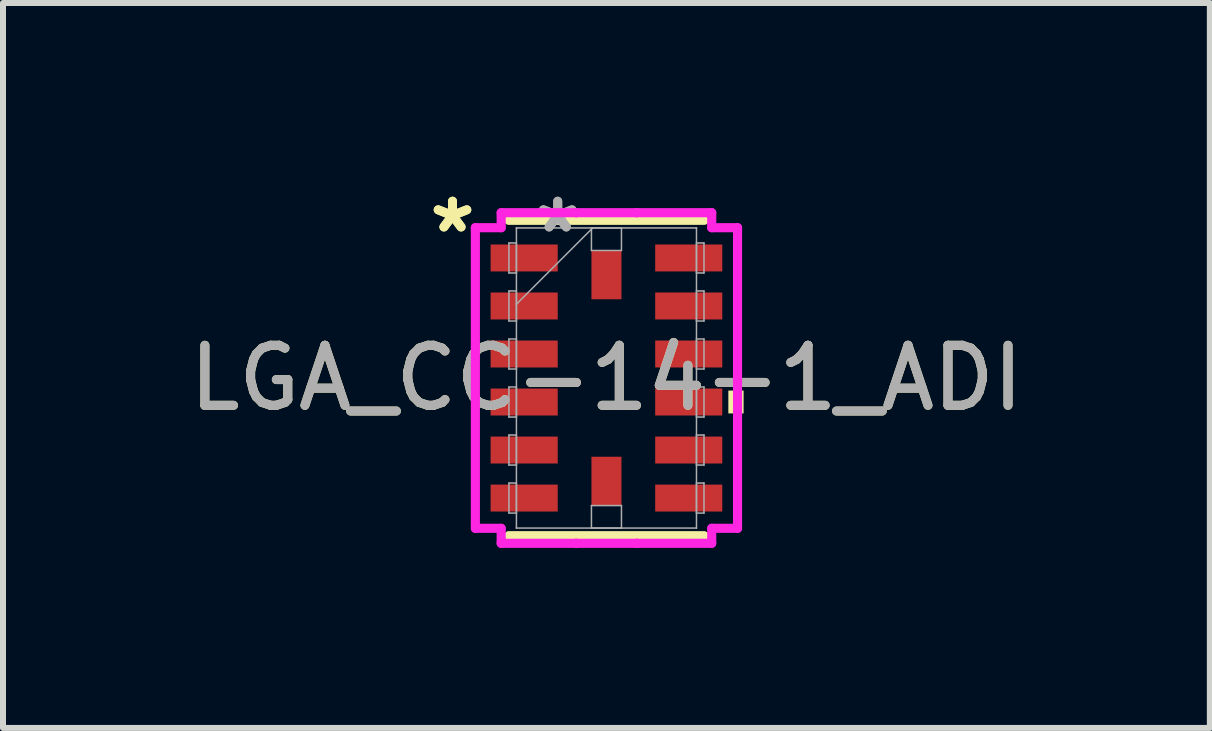
<source format=kicad_pcb>
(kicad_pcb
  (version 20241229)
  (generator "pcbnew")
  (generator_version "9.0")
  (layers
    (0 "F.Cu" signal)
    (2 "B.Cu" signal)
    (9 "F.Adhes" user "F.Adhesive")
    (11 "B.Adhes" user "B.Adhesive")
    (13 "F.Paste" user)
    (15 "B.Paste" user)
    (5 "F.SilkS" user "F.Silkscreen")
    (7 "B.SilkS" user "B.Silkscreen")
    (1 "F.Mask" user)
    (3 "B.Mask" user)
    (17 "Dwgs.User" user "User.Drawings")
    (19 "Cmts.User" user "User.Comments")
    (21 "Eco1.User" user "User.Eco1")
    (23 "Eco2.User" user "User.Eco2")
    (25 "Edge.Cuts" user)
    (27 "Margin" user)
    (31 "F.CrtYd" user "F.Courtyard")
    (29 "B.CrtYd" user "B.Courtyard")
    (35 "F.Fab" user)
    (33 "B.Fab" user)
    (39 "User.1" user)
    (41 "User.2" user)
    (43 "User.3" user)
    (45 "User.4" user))
  (footprint "LGA_CC-14-1_ADI"
    (layer "F.Cu")
    (at 7.054 3.248)
    (property "Reference" "LGA_CC-14-1_ADI" (at 0 0 0) (unlocked yes) (layer "F.SilkS") (effects (font (size 1 1) (thickness 0.15))))
    (attr smd)
    (fp_line (start -1.627 2.627) (end 1.627 2.627) (stroke (width 0.152) (type solid)) (layer "F.SilkS"))
    (fp_line (start 1.627 -2.627) (end -1.627 -2.627) (stroke (width 0.152) (type solid)) (layer "F.SilkS"))
    (fp_poly (pts (xy 2.285 0.209) (xy 2.285 0.59) (xy 2.031 0.59) (xy 2.031 0.209)) (stroke (width 0) (type solid)) (fill yes) (layer "F.SilkS"))
    (fp_line (start -2.184 -2.504) (end -1.754 -2.504) (stroke (width 0.152) (type solid)) (layer "F.CrtYd"))
    (fp_line (start -2.184 2.504) (end -2.184 -2.504) (stroke (width 0.152) (type solid)) (layer "F.CrtYd"))
    (fp_line (start -1.754 -2.754) (end -0.504 -2.754) (stroke (width 0.152) (type solid)) (layer "F.CrtYd"))
    (fp_line (start -1.754 -2.504) (end -1.754 -2.754) (stroke (width 0.152) (type solid)) (layer "F.CrtYd"))
    (fp_line (start -1.754 2.504) (end -2.184 2.504) (stroke (width 0.152) (type solid)) (layer "F.CrtYd"))
    (fp_line (start -1.754 2.754) (end -1.754 2.504) (stroke (width 0.152) (type solid)) (layer "F.CrtYd"))
    (fp_line (start -0.504 -2.754) (end -0.504 -2.754) (stroke (width 0.152) (type solid)) (layer "F.CrtYd"))
    (fp_line (start -0.504 -2.754) (end 0.504 -2.754) (stroke (width 0.152) (type solid)) (layer "F.CrtYd"))
    (fp_line (start -0.504 2.754) (end -1.754 2.754) (stroke (width 0.152) (type solid)) (layer "F.CrtYd"))
    (fp_line (start -0.504 2.754) (end -0.504 2.754) (stroke (width 0.152) (type solid)) (layer "F.CrtYd"))
    (fp_line (start 0.504 -2.754) (end 0.504 -2.754) (stroke (width 0.152) (type solid)) (layer "F.CrtYd"))
    (fp_line (start 0.504 -2.754) (end 1.754 -2.754) (stroke (width 0.152) (type solid)) (layer "F.CrtYd"))
    (fp_line (start 0.504 2.754) (end -0.504 2.754) (stroke (width 0.152) (type solid)) (layer "F.CrtYd"))
    (fp_line (start 0.504 2.754) (end 0.504 2.754) (stroke (width 0.152) (type solid)) (layer "F.CrtYd"))
    (fp_line (start 1.754 -2.754) (end 1.754 -2.504) (stroke (width 0.152) (type solid)) (layer "F.CrtYd"))
    (fp_line (start 1.754 -2.504) (end 2.184 -2.504) (stroke (width 0.152) (type solid)) (layer "F.CrtYd"))
    (fp_line (start 1.754 2.504) (end 1.754 2.754) (stroke (width 0.152) (type solid)) (layer "F.CrtYd"))
    (fp_line (start 1.754 2.754) (end 0.504 2.754) (stroke (width 0.152) (type solid)) (layer "F.CrtYd"))
    (fp_line (start 2.184 -2.504) (end 2.184 2.504) (stroke (width 0.152) (type solid)) (layer "F.CrtYd"))
    (fp_line (start 2.184 2.504) (end 1.754 2.504) (stroke (width 0.152) (type solid)) (layer "F.CrtYd"))
    (fp_line (start -1.625 -2.25) (end -1.625 -1.75) (stroke (width 0.025) (type solid)) (layer "F.Fab"))
    (fp_line (start -1.625 -1.75) (end -1.5 -1.75) (stroke (width 0.025) (type solid)) (layer "F.Fab"))
    (fp_line (start -1.625 -1.45) (end -1.625 -0.95) (stroke (width 0.025) (type solid)) (layer "F.Fab"))
    (fp_line (start -1.625 -0.95) (end -1.5 -0.95) (stroke (width 0.025) (type solid)) (layer "F.Fab"))
    (fp_line (start -1.625 -0.65) (end -1.625 -0.15) (stroke (width 0.025) (type solid)) (layer "F.Fab"))
    (fp_line (start -1.625 -0.15) (end -1.5 -0.15) (stroke (width 0.025) (type solid)) (layer "F.Fab"))
    (fp_line (start -1.625 0.15) (end -1.625 0.65) (stroke (width 0.025) (type solid)) (layer "F.Fab"))
    (fp_line (start -1.625 0.65) (end -1.5 0.65) (stroke (width 0.025) (type solid)) (layer "F.Fab"))
    (fp_line (start -1.625 0.95) (end -1.625 1.45) (stroke (width 0.025) (type solid)) (layer "F.Fab"))
    (fp_line (start -1.625 1.45) (end -1.5 1.45) (stroke (width 0.025) (type solid)) (layer "F.Fab"))
    (fp_line (start -1.625 1.75) (end -1.625 2.25) (stroke (width 0.025) (type solid)) (layer "F.Fab"))
    (fp_line (start -1.625 2.25) (end -1.5 2.25) (stroke (width 0.025) (type solid)) (layer "F.Fab"))
    (fp_line (start -1.5 -2.5) (end -1.5 -2.5) (stroke (width 0.025) (type solid)) (layer "F.Fab"))
    (fp_line (start -1.5 -2.5) (end -1.5 2.5) (stroke (width 0.025) (type solid)) (layer "F.Fab"))
    (fp_line (start -1.5 -2.25) (end -1.625 -2.25) (stroke (width 0.025) (type solid)) (layer "F.Fab"))
    (fp_line (start -1.5 -1.75) (end -1.5 -2.25) (stroke (width 0.025) (type solid)) (layer "F.Fab"))
    (fp_line (start -1.5 -1.45) (end -1.625 -1.45) (stroke (width 0.025) (type solid)) (layer "F.Fab"))
    (fp_line (start -1.5 -1.23) (end -0.23 -2.5) (stroke (width 0.025) (type solid)) (layer "F.Fab"))
    (fp_line (start -1.5 -0.95) (end -1.5 -1.45) (stroke (width 0.025) (type solid)) (layer "F.Fab"))
    (fp_line (start -1.5 -0.65) (end -1.625 -0.65) (stroke (width 0.025) (type solid)) (layer "F.Fab"))
    (fp_line (start -1.5 -0.15) (end -1.5 -0.65) (stroke (width 0.025) (type solid)) (layer "F.Fab"))
    (fp_line (start -1.5 0.15) (end -1.625 0.15) (stroke (width 0.025) (type solid)) (layer "F.Fab"))
    (fp_line (start -1.5 0.65) (end -1.5 0.15) (stroke (width 0.025) (type solid)) (layer "F.Fab"))
    (fp_line (start -1.5 0.95) (end -1.625 0.95) (stroke (width 0.025) (type solid)) (layer "F.Fab"))
    (fp_line (start -1.5 1.45) (end -1.5 0.95) (stroke (width 0.025) (type solid)) (layer "F.Fab"))
    (fp_line (start -1.5 1.75) (end -1.625 1.75) (stroke (width 0.025) (type solid)) (layer "F.Fab"))
    (fp_line (start -1.5 2.25) (end -1.5 1.75) (stroke (width 0.025) (type solid)) (layer "F.Fab"))
    (fp_line (start -1.5 2.5) (end -1.5 2.5) (stroke (width 0.025) (type solid)) (layer "F.Fab"))
    (fp_line (start -1.5 2.5) (end 1.5 2.5) (stroke (width 0.025) (type solid)) (layer "F.Fab"))
    (fp_line (start -0.25 -2.5) (end 0.25 -2.5) (stroke (width 0.025) (type solid)) (layer "F.Fab"))
    (fp_line (start -0.25 -2.125) (end -0.25 -2.5) (stroke (width 0.025) (type solid)) (layer "F.Fab"))
    (fp_line (start -0.25 2.125) (end 0.25 2.125) (stroke (width 0.025) (type solid)) (layer "F.Fab"))
    (fp_line (start -0.25 2.5) (end -0.25 2.125) (stroke (width 0.025) (type solid)) (layer "F.Fab"))
    (fp_line (start 0.25 -2.5) (end 0.25 -2.125) (stroke (width 0.025) (type solid)) (layer "F.Fab"))
    (fp_line (start 0.25 -2.125) (end -0.25 -2.125) (stroke (width 0.025) (type solid)) (layer "F.Fab"))
    (fp_line (start 0.25 2.125) (end 0.25 2.5) (stroke (width 0.025) (type solid)) (layer "F.Fab"))
    (fp_line (start 0.25 2.5) (end -0.25 2.5) (stroke (width 0.025) (type solid)) (layer "F.Fab"))
    (fp_line (start 1.5 -2.5) (end -1.5 -2.5) (stroke (width 0.025) (type solid)) (layer "F.Fab"))
    (fp_line (start 1.5 -2.5) (end 1.5 -2.5) (stroke (width 0.025) (type solid)) (layer "F.Fab"))
    (fp_line (start 1.5 -2.25) (end 1.5 -1.75) (stroke (width 0.025) (type solid)) (layer "F.Fab"))
    (fp_line (start 1.5 -1.75) (end 1.625 -1.75) (stroke (width 0.025) (type solid)) (layer "F.Fab"))
    (fp_line (start 1.5 -1.45) (end 1.5 -0.95) (stroke (width 0.025) (type solid)) (layer "F.Fab"))
    (fp_line (start 1.5 -0.95) (end 1.625 -0.95) (stroke (width 0.025) (type solid)) (layer "F.Fab"))
    (fp_line (start 1.5 -0.65) (end 1.5 -0.15) (stroke (width 0.025) (type solid)) (layer "F.Fab"))
    (fp_line (start 1.5 -0.15) (end 1.625 -0.15) (stroke (width 0.025) (type solid)) (layer "F.Fab"))
    (fp_line (start 1.5 0.15) (end 1.5 0.65) (stroke (width 0.025) (type solid)) (layer "F.Fab"))
    (fp_line (start 1.5 0.65) (end 1.625 0.65) (stroke (width 0.025) (type solid)) (layer "F.Fab"))
    (fp_line (start 1.5 0.95) (end 1.5 1.45) (stroke (width 0.025) (type solid)) (layer "F.Fab"))
    (fp_line (start 1.5 1.45) (end 1.625 1.45) (stroke (width 0.025) (type solid)) (layer "F.Fab"))
    (fp_line (start 1.5 1.75) (end 1.5 2.25) (stroke (width 0.025) (type solid)) (layer "F.Fab"))
    (fp_line (start 1.5 2.25) (end 1.625 2.25) (stroke (width 0.025) (type solid)) (layer "F.Fab"))
    (fp_line (start 1.5 2.5) (end 1.5 -2.5) (stroke (width 0.025) (type solid)) (layer "F.Fab"))
    (fp_line (start 1.5 2.5) (end 1.5 2.5) (stroke (width 0.025) (type solid)) (layer "F.Fab"))
    (fp_line (start 1.625 -2.25) (end 1.5 -2.25) (stroke (width 0.025) (type solid)) (layer "F.Fab"))
    (fp_line (start 1.625 -1.75) (end 1.625 -2.25) (stroke (width 0.025) (type solid)) (layer "F.Fab"))
    (fp_line (start 1.625 -1.45) (end 1.5 -1.45) (stroke (width 0.025) (type solid)) (layer "F.Fab"))
    (fp_line (start 1.625 -0.95) (end 1.625 -1.45) (stroke (width 0.025) (type solid)) (layer "F.Fab"))
    (fp_line (start 1.625 -0.65) (end 1.5 -0.65) (stroke (width 0.025) (type solid)) (layer "F.Fab"))
    (fp_line (start 1.625 -0.15) (end 1.625 -0.65) (stroke (width 0.025) (type solid)) (layer "F.Fab"))
    (fp_line (start 1.625 0.15) (end 1.5 0.15) (stroke (width 0.025) (type solid)) (layer "F.Fab"))
    (fp_line (start 1.625 0.65) (end 1.625 0.15) (stroke (width 0.025) (type solid)) (layer "F.Fab"))
    (fp_line (start 1.625 0.95) (end 1.5 0.95) (stroke (width 0.025) (type solid)) (layer "F.Fab"))
    (fp_line (start 1.625 1.45) (end 1.625 0.95) (stroke (width 0.025) (type solid)) (layer "F.Fab"))
    (fp_line (start 1.625 1.75) (end 1.5 1.75) (stroke (width 0.025) (type solid)) (layer "F.Fab"))
    (fp_line (start 1.625 2.25) (end 1.625 1.75) (stroke (width 0.025) (type solid)) (layer "F.Fab"))
    (fp_text user "*" (at -2.565 -2.4 0) (unlocked yes) (layer "F.SilkS") (effects (font (size 1 1) (thickness 0.15))))
    (fp_text user "*" (at -2.565 -2.4 0) (layer "F.SilkS") (effects (font (size 1 1) (thickness 0.15))))
    (fp_text user "*" (at -0.812 -2.4 0) (layer "F.Fab") (effects (font (size 1 1) (thickness 0.15))))
    (fp_text user "${REFERENCE}" (at 0 0 0) (unlocked yes) (layer "F.Fab") (effects (font (size 1 1) (thickness 0.15))))
    (fp_text user "*" (at -0.812 -2.4 0) (unlocked yes) (layer "F.Fab") (effects (font (size 1 1) (thickness 0.15))))
    (pad "1" smd rect (at -1.371 -2 90) (size 0.449 1.118) (layers "F.Cu" "F.Mask" "F.Paste"))
    (pad "2" smd rect (at -1.371 -1.2 90) (size 0.449 1.118) (layers "F.Cu" "F.Mask" "F.Paste"))
    (pad "3" smd rect (at -1.371 -0.4 90) (size 0.449 1.118) (layers "F.Cu" "F.Mask" "F.Paste"))
    (pad "4" smd rect (at -1.371 0.4 90) (size 0.449 1.118) (layers "F.Cu" "F.Mask" "F.Paste"))
    (pad "5" smd rect (at -1.371 1.2 90) (size 0.449 1.118) (layers "F.Cu" "F.Mask" "F.Paste"))
    (pad "6" smd rect (at -1.371 2 90) (size 0.449 1.118) (layers "F.Cu" "F.Mask" "F.Paste"))
    (pad "7" smd rect (at 0 1.718) (size 0.5 0.813) (layers "F.Cu" "F.Mask" "F.Paste"))
    (pad "8" smd rect (at 1.371 2 90) (size 0.449 1.118) (layers "F.Cu" "F.Mask" "F.Paste"))
    (pad "9" smd rect (at 1.371 1.2 90) (size 0.449 1.118) (layers "F.Cu" "F.Mask" "F.Paste"))
    (pad "10" smd rect (at 1.371 0.4 90) (size 0.449 1.118) (layers "F.Cu" "F.Mask" "F.Paste"))
    (pad "11" smd rect (at 1.371 -0.4 90) (size 0.449 1.118) (layers "F.Cu" "F.Mask" "F.Paste"))
    (pad "12" smd rect (at 1.371 -1.2 90) (size 0.449 1.118) (layers "F.Cu" "F.Mask" "F.Paste"))
    (pad "13" smd rect (at 1.371 -2 90) (size 0.449 1.118) (layers "F.Cu" "F.Mask" "F.Paste"))
    (pad "14" smd rect (at 0 -1.718) (size 0.5 0.813) (layers "F.Cu" "F.Mask" "F.Paste")))
  (gr_rect
    (start -3 -3)
    (end 17.107 9.078)
    (stroke (width 0.1) (type default))
    (fill no)
    (layer "Edge.Cuts")))
</source>
